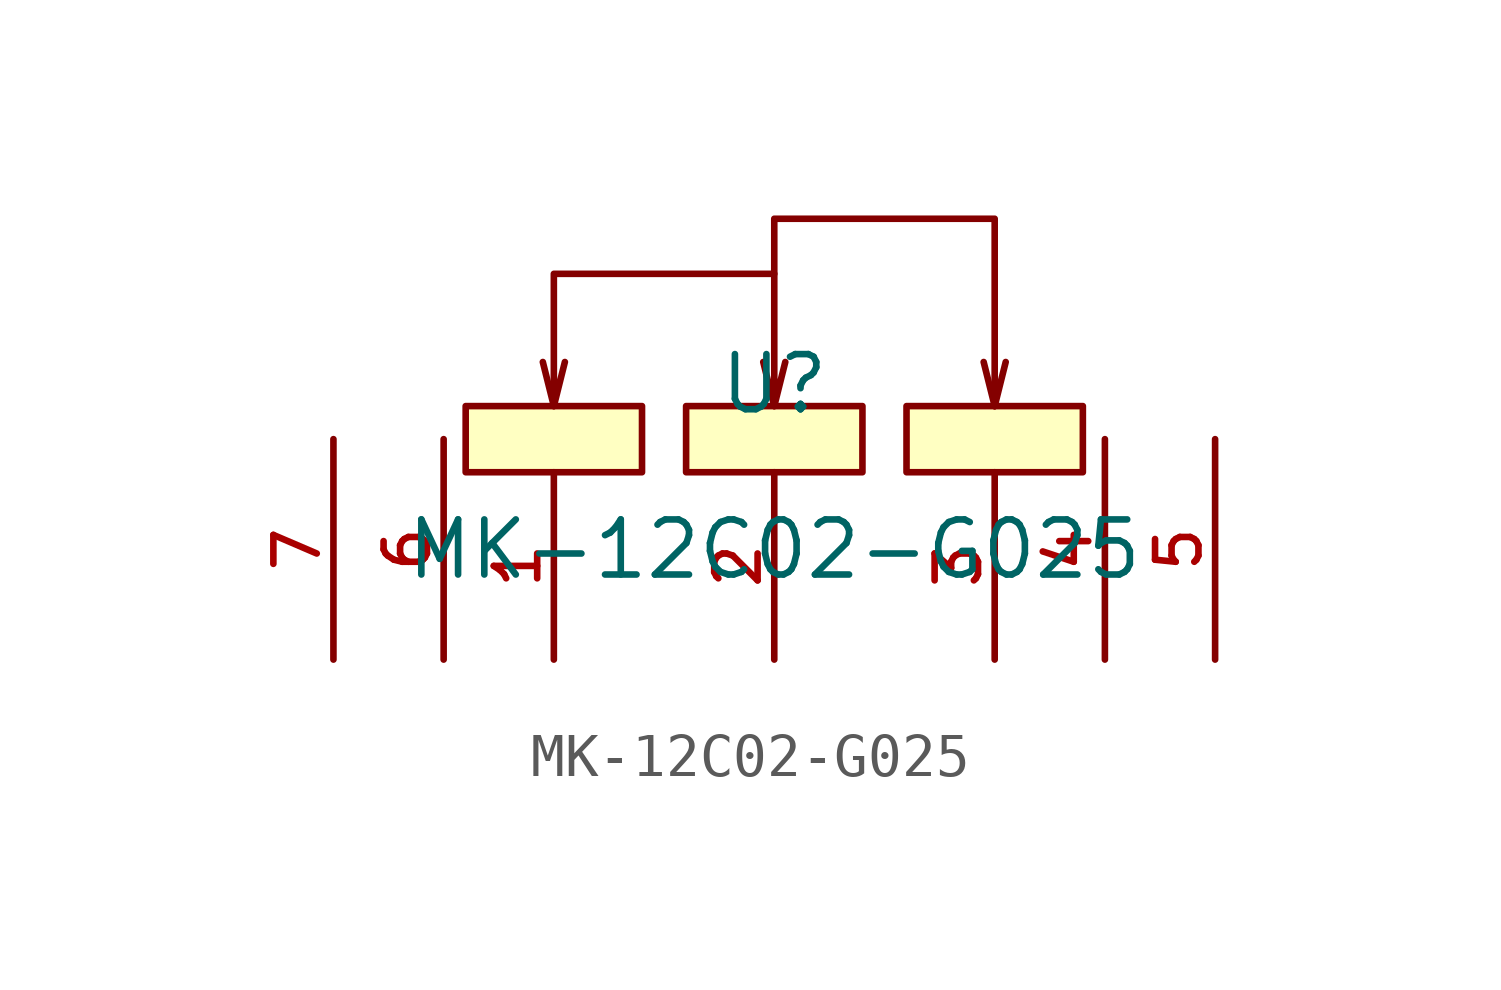
<source format=kicad_sym>
(kicad_symbol_lib
  (version 20210201)
  (generator TousstNicolas/JLC2KiCad_lib)
  (symbol "MK-12C02-G025"
    (pin_names hide)
    (property "Reference" "U"
      (at 0 1.27 0)
      (effects (font (size 1.27 1.27))))
    (property "Value" "MK-12C02-G025"
      (at 0 -2.54 0)
      (effects (font (size 1.27 1.27))))
    (symbol "MK-12C02-G025_0_1"
      (rectangle (start -2.032 0.762) (end 2.032 -0.762) (stroke (width 0) (type default) (color 0 0 0 0)) (fill (type background)))
      (rectangle (start 3.048 0.762) (end 7.112 -0.762) (stroke (width 0) (type default) (color 0 0 0 0)) (fill (type background)))
      (rectangle (start -7.112 0.762) (end -3.048 -0.762) (stroke (width 0) (type default) (color 0 0 0 0)) (fill (type background)))
      (polyline (pts (xy 5.08 0.762) (xy 5.08 5.08) (xy 0.0 5.08) (xy 0.0 0.762) (xy 0.254 1.778)) (stroke (width 0) (type default) (color 0 0 0 0)) (fill (type none)))
      (polyline (pts (xy 0.0 0.762) (xy -0.254 1.778)) (stroke (width 0) (type default) (color 0 0 0 0)) (fill (type none)))
      (polyline (pts (xy 5.08 0.762) (xy 5.334 1.778)) (stroke (width 0) (type default) (color 0 0 0 0)) (fill (type none)))
      (polyline (pts (xy 5.08 0.762) (xy 4.826 1.778)) (stroke (width 0) (type default) (color 0 0 0 0)) (fill (type none)))
      (polyline (pts (xy 0.0 3.81) (xy -5.08 3.81) (xy -5.08 0.762) (xy -4.826 1.778)) (stroke (width 0) (type default) (color 0 0 0 0)) (fill (type none)))
      (polyline (pts (xy -5.08 0.762) (xy -5.334 1.778)) (stroke (width 0) (type default) (color 0 0 0 0)) (fill (type none)))
      (pin unspecified line (at -5.08 -5.08 90) (length 4.318) (name "1" (effects (font (size 1 1)))) (number "1" (effects (font (size 1 1)))))
      (pin unspecified line (at 0.0 -5.08 90) (length 4.318) (name "2" (effects (font (size 1 1)))) (number "2" (effects (font (size 1 1)))))
      (pin unspecified line (at 5.08 -5.08 90) (length 4.318) (name "3" (effects (font (size 1 1)))) (number "3" (effects (font (size 1 1)))))
      (pin unspecified line (at 7.62 -5.08 90) (length 5.08) (name "4" (effects (font (size 1 1)))) (number "4" (effects (font (size 1 1)))))
      (pin unspecified line (at 10.16 -5.08 90) (length 5.08) (name "5" (effects (font (size 1 1)))) (number "5" (effects (font (size 1 1)))))
      (pin unspecified line (at -7.62 -5.08 90) (length 5.08) (name "6" (effects (font (size 1 1)))) (number "6" (effects (font (size 1 1)))))
      (pin unspecified line (at -10.16 -5.08 90) (length 5.08) (name "7" (effects (font (size 1 1)))) (number "7" (effects (font (size 1 1))))))))
</source>
